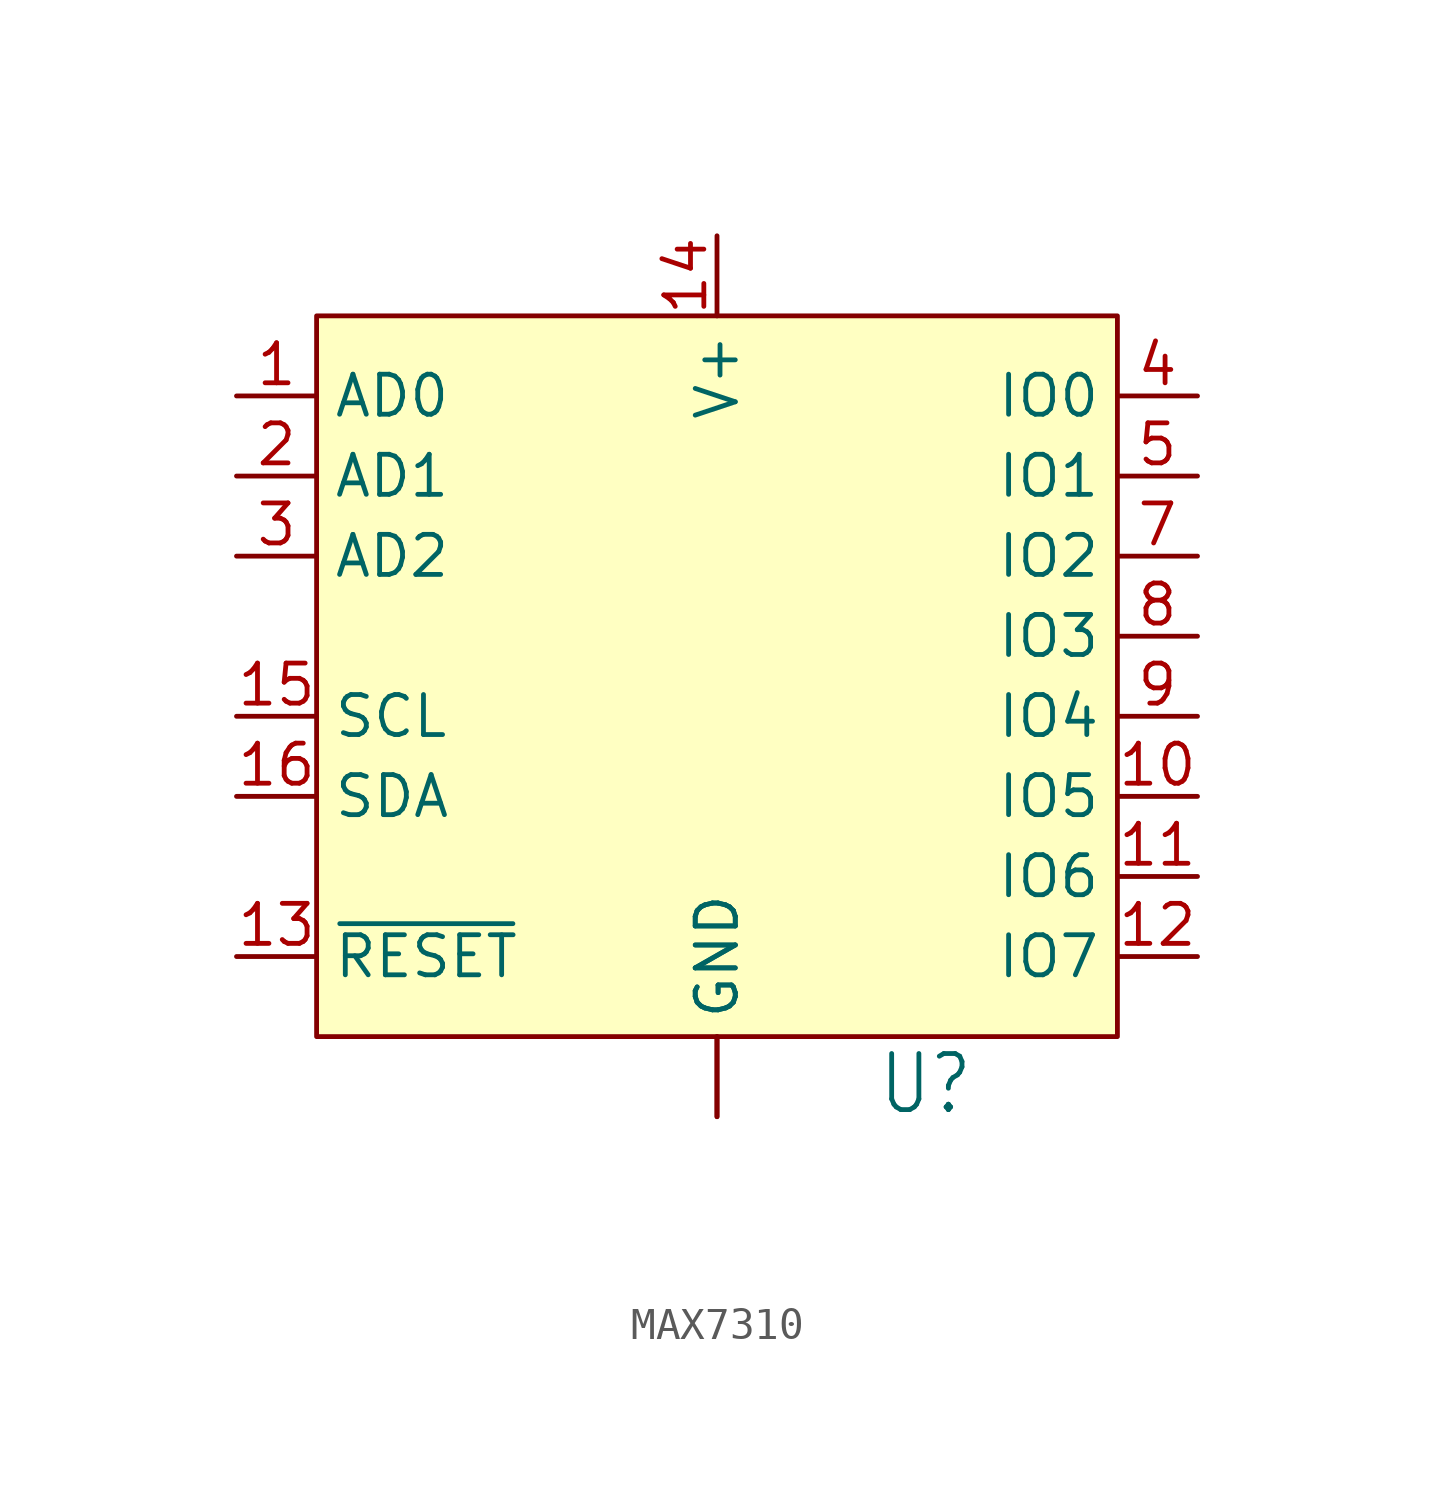
<source format=kicad_sym>
(kicad_symbol_lib
  (version 20241209)
  (generator "kicad_symbol_editor")
  (generator_version "9.0")
  (symbol "MAX7310"
    (property "Reference" "U"
      (at 5.08 -15.24 0)
      (effects (font (size 1.778 1.511)) (justify left bottom)))
    (property "Value" ""
      (at 5.08 -17.78 0)
      (effects (font (size 1.778 1.511)) (justify left bottom)))
    (property "ki_locked" ""
      (at 0 0 0)
      (effects (font (size 1.27 1.27))))
    (symbol "MAX7310_1_0"
      (pin input line (at -15.24 7.62 0) (length 2.54) (name "AD0" (effects (font (size 1.27 1.27)))) (number "1" (effects (font (size 1.27 1.27)))))
      (pin input line (at -15.24 5.08 0) (length 2.54) (name "AD1" (effects (font (size 1.27 1.27)))) (number "2" (effects (font (size 1.27 1.27)))))
      (pin input line (at -15.24 2.54 0) (length 2.54) (name "AD2" (effects (font (size 1.27 1.27)))) (number "3" (effects (font (size 1.27 1.27)))))
      (pin input line (at -15.24 -2.54 0) (length 2.54) (name "SCL" (effects (font (size 1.27 1.27)))) (number "15" (effects (font (size 1.27 1.27)))))
      (pin bidirectional line (at -15.24 -5.08 0) (length 2.54) (name "SDA" (effects (font (size 1.27 1.27)))) (number "16" (effects (font (size 1.27 1.27)))))
      (pin input line (at -15.24 -10.16 0) (length 2.54) (name "~{RESET}" (effects (font (size 1.27 1.27)))) (number "13" (effects (font (size 1.27 1.27)))))
      (pin power_in line (at 0 12.7 270) (length 2.54) (name "V+" (effects (font (size 1.27 1.27)))) (number "14" (effects (font (size 1.27 1.27)))))
      (pin power_in line (at 0 -15.24 90) (length 2.54) (name "GND" (effects (font (size 1.27 1.27)))) (number "6" (effects (font (size 0 0)))))
      (pin power_in line (at 0 -15.24 90) (length 2.54) (name "GND" (effects (font (size 1.27 1.27)))) (number "EPAD" (effects (font (size 0 0)))))
      (pin bidirectional line (at 15.24 7.62 180) (length 2.54) (name "IO0" (effects (font (size 1.27 1.27)))) (number "4" (effects (font (size 1.27 1.27)))))
      (pin bidirectional line (at 15.24 5.08 180) (length 2.54) (name "IO1" (effects (font (size 1.27 1.27)))) (number "5" (effects (font (size 1.27 1.27)))))
      (pin bidirectional line (at 15.24 2.54 180) (length 2.54) (name "IO2" (effects (font (size 1.27 1.27)))) (number "7" (effects (font (size 1.27 1.27)))))
      (pin bidirectional line (at 15.24 0 180) (length 2.54) (name "IO3" (effects (font (size 1.27 1.27)))) (number "8" (effects (font (size 1.27 1.27)))))
      (pin bidirectional line (at 15.24 -2.54 180) (length 2.54) (name "IO4" (effects (font (size 1.27 1.27)))) (number "9" (effects (font (size 1.27 1.27)))))
      (pin bidirectional line (at 15.24 -5.08 180) (length 2.54) (name "IO5" (effects (font (size 1.27 1.27)))) (number "10" (effects (font (size 1.27 1.27)))))
      (pin bidirectional line (at 15.24 -7.62 180) (length 2.54) (name "IO6" (effects (font (size 1.27 1.27)))) (number "11" (effects (font (size 1.27 1.27)))))
      (pin bidirectional line (at 15.24 -10.16 180) (length 2.54) (name "IO7" (effects (font (size 1.27 1.27)))) (number "12" (effects (font (size 1.27 1.27))))))
    (symbol "MAX7310_1_1"
      (rectangle (start -12.7 10.16) (end 12.7 -12.7) (stroke (width 0) (type solid)) (fill (type background))))))
</source>
